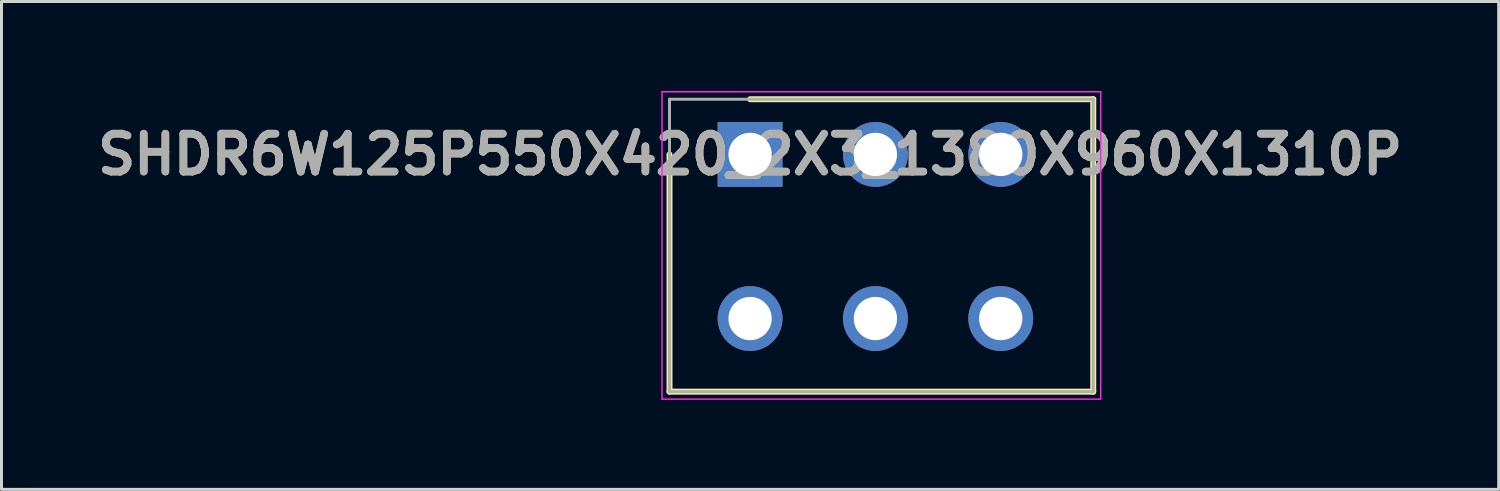
<source format=kicad_pcb>
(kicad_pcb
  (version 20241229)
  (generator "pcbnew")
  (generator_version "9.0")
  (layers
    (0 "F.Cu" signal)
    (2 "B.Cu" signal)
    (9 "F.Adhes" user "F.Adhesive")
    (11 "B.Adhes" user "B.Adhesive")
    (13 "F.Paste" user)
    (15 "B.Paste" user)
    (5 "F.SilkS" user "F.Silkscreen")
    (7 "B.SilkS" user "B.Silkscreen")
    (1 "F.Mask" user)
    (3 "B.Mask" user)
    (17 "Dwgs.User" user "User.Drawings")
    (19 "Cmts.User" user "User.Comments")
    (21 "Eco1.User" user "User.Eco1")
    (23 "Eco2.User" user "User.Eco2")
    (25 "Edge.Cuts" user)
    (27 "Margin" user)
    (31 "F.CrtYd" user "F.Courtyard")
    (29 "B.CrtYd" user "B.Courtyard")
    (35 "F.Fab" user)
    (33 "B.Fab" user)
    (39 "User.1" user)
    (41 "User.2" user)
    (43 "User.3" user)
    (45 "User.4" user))
  (footprint "SHDR6W125P550X420_2X3_1380X960X1310P"
    (layer "F.Cu")
    (at 22.086 2.125)
    (property "Reference" "SHDR6W125P550X420_2X3_1380X960X1310P" (at 0 0 0) (layer "F.SilkS") (effects (font (size 1.27 1.27) (thickness 0.254))))
    (attr through_hole)
    (fp_line (start -2.7 7.95) (end -2.7 0) (stroke (width 0.2) (type solid)) (layer "F.SilkS"))
    (fp_line (start 0 -1.85) (end 11.5 -1.85) (stroke (width 0.2) (type solid)) (layer "F.SilkS"))
    (fp_line (start 11.5 -1.85) (end 11.5 7.95) (stroke (width 0.2) (type solid)) (layer "F.SilkS"))
    (fp_line (start 11.5 7.95) (end -2.7 7.95) (stroke (width 0.2) (type solid)) (layer "F.SilkS"))
    (fp_line (start -2.95 -2.1) (end 11.75 -2.1) (stroke (width 0.05) (type solid)) (layer "F.CrtYd"))
    (fp_line (start -2.95 8.2) (end -2.95 -2.1) (stroke (width 0.05) (type solid)) (layer "F.CrtYd"))
    (fp_line (start 11.75 -2.1) (end 11.75 8.2) (stroke (width 0.05) (type solid)) (layer "F.CrtYd"))
    (fp_line (start 11.75 8.2) (end -2.95 8.2) (stroke (width 0.05) (type solid)) (layer "F.CrtYd"))
    (fp_line (start -2.7 -1.85) (end 11.5 -1.85) (stroke (width 0.1) (type solid)) (layer "F.Fab"))
    (fp_line (start -2.7 7.95) (end -2.7 -1.85) (stroke (width 0.1) (type solid)) (layer "F.Fab"))
    (fp_line (start 11.5 -1.85) (end 11.5 7.95) (stroke (width 0.1) (type solid)) (layer "F.Fab"))
    (fp_line (start 11.5 7.95) (end -2.7 7.95) (stroke (width 0.1) (type solid)) (layer "F.Fab"))
    (fp_text user "${REFERENCE}" (at 0 0 0) (layer "F.Fab") (effects (font (size 1.27 1.27) (thickness 0.254))))
    (pad "1" thru_hole rect (at 0 0) (size 2.175 2.175) (drill 1.45) (layers "*.Cu" "*.Mask"))
    (pad "2" thru_hole circle (at 0 5.5) (size 2.175 2.175) (drill 1.45) (layers "*.Cu" "*.Mask"))
    (pad "3" thru_hole circle (at 4.2 0) (size 2.175 2.175) (drill 1.45) (layers "*.Cu" "*.Mask"))
    (pad "4" thru_hole circle (at 4.2 5.5) (size 2.175 2.175) (drill 1.45) (layers "*.Cu" "*.Mask"))
    (pad "5" thru_hole circle (at 8.4 0) (size 2.175 2.175) (drill 1.45) (layers "*.Cu" "*.Mask"))
    (pad "6" thru_hole circle (at 8.4 5.5) (size 2.175 2.175) (drill 1.45) (layers "*.Cu" "*.Mask")))
  (gr_rect
    (start -3 -3)
    (end 47.172 13.35)
    (stroke (width 0.1) (type default))
    (fill no)
    (layer "Edge.Cuts")))
</source>
